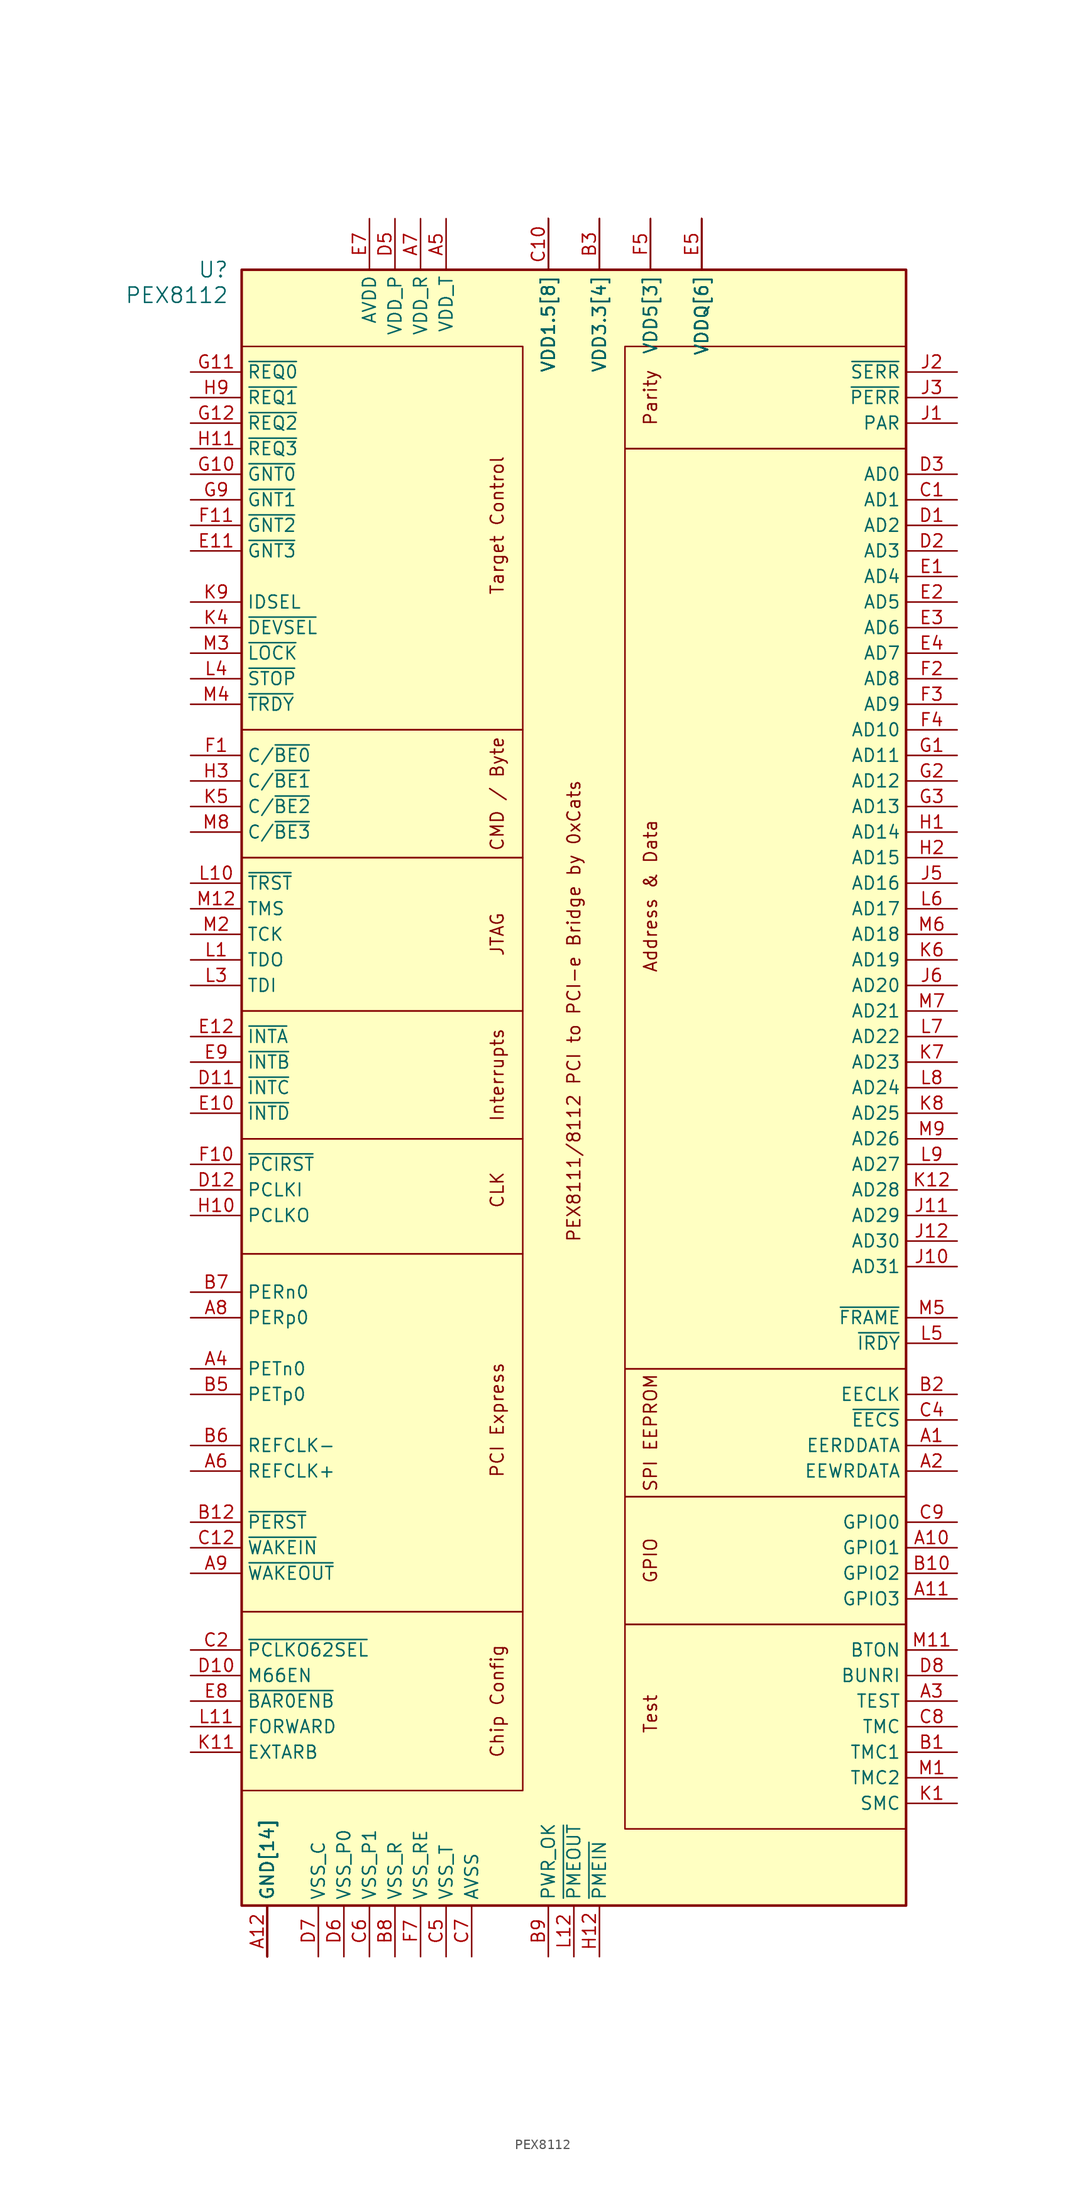
<source format=kicad_sym>
(kicad_symbol_lib
  (version 20211014)
  (generator kicad_symbol_editor)
  (symbol "PEX8112"
    (property "Reference" "U"
      (at -34.29 81.28 0)
      (effects (font (size 1.524 1.524)) (justify right)))
    (property "Value" "PEX8112"
      (at -34.29 78.74 0)
      (effects (font (size 1.524 1.524)) (justify right)))
    (symbol "PEX8112_0_0"
      (text "Address & Data" (at 7.62 19.05 900) (effects (font (size 1.27 1.27))))
      (text "Chip Config" (at -7.62 -60.96 900) (effects (font (size 1.27 1.27))))
      (text "CLK" (at -7.62 -10.16 900) (effects (font (size 1.27 1.27))))
      (text "CMD / Byte" (at -7.62 29.21 900) (effects (font (size 1.27 1.27))))
      (text "GPIO" (at 7.62 -46.99 900) (effects (font (size 1.27 1.27))))
      (text "Interrupts" (at -7.62 1.27 900) (effects (font (size 1.27 1.27))))
      (text "JTAG" (at -7.62 15.24 900) (effects (font (size 1.27 1.27))))
      (text "Parity" (at 7.62 68.58 900) (effects (font (size 1.27 1.27))))
      (text "PCI Express" (at -7.62 -33.02 900) (effects (font (size 1.27 1.27))))
      (text "PEX8111/8112 PCI to PCI-e Bridge by 0xCats" (at 0 7.62 900) (effects (font (size 1.27 1.27))))
      (text "SPI EEPROM" (at 7.62 -34.29 900) (effects (font (size 1.27 1.27))))
      (text "Target Control" (at -7.62 55.88 900) (effects (font (size 1.27 1.27))))
      (text "Test" (at 7.62 -62.23 900) (effects (font (size 1.27 1.27)))))
    (symbol "PEX8112_0_1"
      (rectangle (start -33.02 -52.07) (end -5.08 -69.85) (stroke (width 0.152) (type default) (color 0 0 0 0)) (fill (type none)))
      (rectangle (start -33.02 -16.51) (end -5.08 -52.07) (stroke (width 0.152) (type default) (color 0 0 0 0)) (fill (type none)))
      (rectangle (start -33.02 -5.08) (end -5.08 -16.51) (stroke (width 0.152) (type default) (color 0 0 0 0)) (fill (type none)))
      (rectangle (start -33.02 7.62) (end -5.08 -5.08) (stroke (width 0.152) (type default) (color 0 0 0 0)) (fill (type none)))
      (rectangle (start -33.02 22.86) (end -5.08 7.62) (stroke (width 0.152) (type default) (color 0 0 0 0)) (fill (type none)))
      (rectangle (start -33.02 35.56) (end -5.08 22.86) (stroke (width 0.152) (type default) (color 0 0 0 0)) (fill (type none)))
      (rectangle (start -33.02 73.66) (end -5.08 35.56) (stroke (width 0.152) (type default) (color 0 0 0 0)) (fill (type none)))
      (rectangle (start 5.08 -53.34) (end 33.02 -73.66) (stroke (width 0.152) (type default) (color 0 0 0 0)) (fill (type none)))
      (rectangle (start 5.08 -40.64) (end 33.02 -53.34) (stroke (width 0.152) (type default) (color 0 0 0 0)) (fill (type none)))
      (rectangle (start 5.08 -27.94) (end 33.02 -40.64) (stroke (width 0.152) (type default) (color 0 0 0 0)) (fill (type none)))
      (rectangle (start 5.08 63.5) (end 33.02 -27.94) (stroke (width 0.152) (type default) (color 0 0 0 0)) (fill (type none)))
      (rectangle (start 5.08 73.66) (end 33.02 63.5) (stroke (width 0.152) (type default) (color 0 0 0 0)) (fill (type none))))
    (symbol "PEX8112_1_1"
      (rectangle (start -33.02 81.28) (end 33.02 -81.28) (stroke (width 0.254) (type default) (color 0 0 0 0)) (fill (type background)))
      (pin input line (at 38.1 -35.56 180) (length 5.08) (name "EERDDATA" (effects (font (size 1.27 1.27)))) (number "A1" (effects (font (size 1.27 1.27)))))
      (pin tri_state line (at 38.1 -45.72 180) (length 5.08) (name "GPIO1" (effects (font (size 1.27 1.27)))) (number "A10" (effects (font (size 1.27 1.27)))))
      (pin tri_state line (at 38.1 -50.8 180) (length 5.08) (name "GPIO3" (effects (font (size 1.27 1.27)))) (number "A11" (effects (font (size 1.27 1.27)))))
      (pin power_in line (at -30.48 -86.36 90) (length 5.08) (name "GND[14]" (effects (font (size 1.27 1.27)))) (number "A12" (effects (font (size 1.27 1.27)))))
      (pin output line (at 38.1 -38.1 180) (length 5.08) (name "EEWRDATA" (effects (font (size 1.27 1.27)))) (number "A2" (effects (font (size 1.27 1.27)))))
      (pin input line (at 38.1 -60.96 180) (length 5.08) (name "TEST" (effects (font (size 1.27 1.27)))) (number "A3" (effects (font (size 1.27 1.27)))))
      (pin output line (at -38.1 -27.94 0) (length 5.08) (name "PETn0" (effects (font (size 1.27 1.27)))) (number "A4" (effects (font (size 1.27 1.27)))))
      (pin power_in line (at -12.7 86.36 270) (length 5.08) (name "VDD_T" (effects (font (size 1.27 1.27)))) (number "A5" (effects (font (size 1.27 1.27)))))
      (pin input line (at -38.1 -38.1 0) (length 5.08) (name "REFCLK+" (effects (font (size 1.27 1.27)))) (number "A6" (effects (font (size 1.27 1.27)))))
      (pin power_in line (at -15.24 86.36 270) (length 5.08) (name "VDD_R" (effects (font (size 1.27 1.27)))) (number "A7" (effects (font (size 1.27 1.27)))))
      (pin input line (at -38.1 -22.86 0) (length 5.08) (name "PERp0" (effects (font (size 1.27 1.27)))) (number "A8" (effects (font (size 1.27 1.27)))))
      (pin open_collector line (at -38.1 -48.26 0) (length 5.08) (name "~{WAKEOUT}" (effects (font (size 1.27 1.27)))) (number "A9" (effects (font (size 1.27 1.27)))))
      (pin input line (at 38.1 -66.04 180) (length 5.08) (name "TMC1" (effects (font (size 1.27 1.27)))) (number "B1" (effects (font (size 1.27 1.27)))))
      (pin tri_state line (at 38.1 -48.26 180) (length 5.08) (name "GPIO2" (effects (font (size 1.27 1.27)))) (number "B10" (effects (font (size 1.27 1.27)))))
      (pin power_in line (at 2.54 86.36 270) (length 5.08) (name "VDD3.3[4]" (effects (font (size 1.27 1.27)))) (number "B11" (effects (font (size 0 0)))))
      (pin bidirectional line (at -38.1 -43.18 0) (length 5.08) (name "~{PERST}" (effects (font (size 1.27 1.27)))) (number "B12" (effects (font (size 1.27 1.27)))))
      (pin output line (at 38.1 -30.48 180) (length 5.08) (name "EECLK" (effects (font (size 1.27 1.27)))) (number "B2" (effects (font (size 1.27 1.27)))))
      (pin power_in line (at 2.54 86.36 270) (length 5.08) (name "VDD3.3[4]" (effects (font (size 1.27 1.27)))) (number "B3" (effects (font (size 1.27 1.27)))))
      (pin power_in line (at -30.48 -86.36 90) (length 5.08) (name "GND[14]" (effects (font (size 1.27 1.27)))) (number "B4" (effects (font (size 0 0)))))
      (pin output line (at -38.1 -30.48 0) (length 5.08) (name "PETp0" (effects (font (size 1.27 1.27)))) (number "B5" (effects (font (size 1.27 1.27)))))
      (pin input line (at -38.1 -35.56 0) (length 5.08) (name "REFCLK-" (effects (font (size 1.27 1.27)))) (number "B6" (effects (font (size 1.27 1.27)))))
      (pin input line (at -38.1 -20.32 0) (length 5.08) (name "PERn0" (effects (font (size 1.27 1.27)))) (number "B7" (effects (font (size 1.27 1.27)))))
      (pin power_in line (at -17.78 -86.36 90) (length 5.08) (name "VSS_R" (effects (font (size 1.27 1.27)))) (number "B8" (effects (font (size 1.27 1.27)))))
      (pin output line (at -2.54 -86.36 90) (length 5.08) (name "PWR_OK" (effects (font (size 1.27 1.27)))) (number "B9" (effects (font (size 1.27 1.27)))))
      (pin tri_state line (at 38.1 58.42 180) (length 5.08) (name "AD1" (effects (font (size 1.27 1.27)))) (number "C1" (effects (font (size 1.27 1.27)))))
      (pin power_in line (at -2.54 86.36 270) (length 5.08) (name "VDD1.5[8]" (effects (font (size 1.27 1.27)))) (number "C10" (effects (font (size 1.27 1.27)))))
      (pin power_in line (at -30.48 -86.36 90) (length 5.08) (name "GND[14]" (effects (font (size 1.27 1.27)))) (number "C11" (effects (font (size 0 0)))))
      (pin input line (at -38.1 -45.72 0) (length 5.08) (name "~{WAKEIN}" (effects (font (size 1.27 1.27)))) (number "C12" (effects (font (size 1.27 1.27)))))
      (pin input line (at -38.1 -55.88 0) (length 5.08) (name "~{PCLKO62SEL}" (effects (font (size 1.27 1.27)))) (number "C2" (effects (font (size 1.27 1.27)))))
      (pin power_in line (at -30.48 -86.36 90) (length 5.08) (name "GND[14]" (effects (font (size 1.27 1.27)))) (number "C3" (effects (font (size 0 0)))))
      (pin output line (at 38.1 -33.02 180) (length 5.08) (name "~{EECS}" (effects (font (size 1.27 1.27)))) (number "C4" (effects (font (size 1.27 1.27)))))
      (pin power_in line (at -12.7 -86.36 90) (length 5.08) (name "VSS_T" (effects (font (size 1.27 1.27)))) (number "C5" (effects (font (size 1.27 1.27)))))
      (pin power_in line (at -20.32 -86.36 90) (length 5.08) (name "VSS_P1" (effects (font (size 1.27 1.27)))) (number "C6" (effects (font (size 1.27 1.27)))))
      (pin power_in line (at -10.16 -86.36 90) (length 5.08) (name "AVSS" (effects (font (size 1.27 1.27)))) (number "C7" (effects (font (size 1.27 1.27)))))
      (pin input line (at 38.1 -63.5 180) (length 5.08) (name "TMC" (effects (font (size 1.27 1.27)))) (number "C8" (effects (font (size 1.27 1.27)))))
      (pin tri_state line (at 38.1 -43.18 180) (length 5.08) (name "GPIO0" (effects (font (size 1.27 1.27)))) (number "C9" (effects (font (size 1.27 1.27)))))
      (pin tri_state line (at 38.1 55.88 180) (length 5.08) (name "AD2" (effects (font (size 1.27 1.27)))) (number "D1" (effects (font (size 1.27 1.27)))))
      (pin input line (at -38.1 -58.42 0) (length 5.08) (name "M66EN" (effects (font (size 1.27 1.27)))) (number "D10" (effects (font (size 1.27 1.27)))))
      (pin open_collector line (at -38.1 0 0) (length 5.08) (name "~{INTC}" (effects (font (size 1.27 1.27)))) (number "D11" (effects (font (size 1.27 1.27)))))
      (pin input line (at -38.1 -10.16 0) (length 5.08) (name "PCLKI" (effects (font (size 1.27 1.27)))) (number "D12" (effects (font (size 1.27 1.27)))))
      (pin tri_state line (at 38.1 53.34 180) (length 5.08) (name "AD3" (effects (font (size 1.27 1.27)))) (number "D2" (effects (font (size 1.27 1.27)))))
      (pin tri_state line (at 38.1 60.96 180) (length 5.08) (name "AD0" (effects (font (size 1.27 1.27)))) (number "D3" (effects (font (size 1.27 1.27)))))
      (pin power_in line (at -2.54 86.36 270) (length 5.08) (name "VDD1.5[8]" (effects (font (size 1.27 1.27)))) (number "D4" (effects (font (size 0 0)))))
      (pin power_in line (at -17.78 86.36 270) (length 5.08) (name "VDD_P" (effects (font (size 1.27 1.27)))) (number "D5" (effects (font (size 1.27 1.27)))))
      (pin power_in line (at -22.86 -86.36 90) (length 5.08) (name "VSS_P0" (effects (font (size 1.27 1.27)))) (number "D6" (effects (font (size 1.27 1.27)))))
      (pin power_in line (at -25.4 -86.36 90) (length 5.08) (name "VSS_C" (effects (font (size 1.27 1.27)))) (number "D7" (effects (font (size 1.27 1.27)))))
      (pin input line (at 38.1 -58.42 180) (length 5.08) (name "BUNRI" (effects (font (size 1.27 1.27)))) (number "D8" (effects (font (size 1.27 1.27)))))
      (pin power_in line (at -30.48 -86.36 90) (length 5.08) (name "GND[14]" (effects (font (size 1.27 1.27)))) (number "D9" (effects (font (size 0 0)))))
      (pin tri_state line (at 38.1 50.8 180) (length 5.08) (name "AD4" (effects (font (size 1.27 1.27)))) (number "E1" (effects (font (size 1.27 1.27)))))
      (pin open_collector line (at -38.1 -2.54 0) (length 5.08) (name "~{INTD}" (effects (font (size 1.27 1.27)))) (number "E10" (effects (font (size 1.27 1.27)))))
      (pin tri_state line (at -38.1 53.34 0) (length 5.08) (name "~{GNT3}" (effects (font (size 1.27 1.27)))) (number "E11" (effects (font (size 1.27 1.27)))))
      (pin open_collector line (at -38.1 5.08 0) (length 5.08) (name "~{INTA}" (effects (font (size 1.27 1.27)))) (number "E12" (effects (font (size 1.27 1.27)))))
      (pin tri_state line (at 38.1 48.26 180) (length 5.08) (name "AD5" (effects (font (size 1.27 1.27)))) (number "E2" (effects (font (size 1.27 1.27)))))
      (pin tri_state line (at 38.1 45.72 180) (length 5.08) (name "AD6" (effects (font (size 1.27 1.27)))) (number "E3" (effects (font (size 1.27 1.27)))))
      (pin tri_state line (at 38.1 43.18 180) (length 5.08) (name "AD7" (effects (font (size 1.27 1.27)))) (number "E4" (effects (font (size 1.27 1.27)))))
      (pin power_in line (at 12.7 86.36 270) (length 5.08) (name "VDDQ[6]" (effects (font (size 1.27 1.27)))) (number "E5" (effects (font (size 1.27 1.27)))))
      (pin power_in line (at -30.48 -86.36 90) (length 5.08) (name "GND[14]" (effects (font (size 1.27 1.27)))) (number "E6" (effects (font (size 0 0)))))
      (pin power_in line (at -20.32 86.36 270) (length 5.08) (name "AVDD" (effects (font (size 1.27 1.27)))) (number "E7" (effects (font (size 1.27 1.27)))))
      (pin input line (at -38.1 -60.96 0) (length 5.08) (name "~{BAR0ENB}" (effects (font (size 1.27 1.27)))) (number "E8" (effects (font (size 1.27 1.27)))))
      (pin open_collector line (at -38.1 2.54 0) (length 5.08) (name "~{INTB}" (effects (font (size 1.27 1.27)))) (number "E9" (effects (font (size 1.27 1.27)))))
      (pin tri_state line (at -38.1 33.02 0) (length 5.08) (name "C/~{BE0}" (effects (font (size 1.27 1.27)))) (number "F1" (effects (font (size 1.27 1.27)))))
      (pin bidirectional line (at -38.1 -7.62 0) (length 5.08) (name "~{PCIRST}" (effects (font (size 1.27 1.27)))) (number "F10" (effects (font (size 1.27 1.27)))))
      (pin tri_state line (at -38.1 55.88 0) (length 5.08) (name "~{GNT2}" (effects (font (size 1.27 1.27)))) (number "F11" (effects (font (size 1.27 1.27)))))
      (pin power_in line (at -30.48 -86.36 90) (length 5.08) (name "GND[14]" (effects (font (size 1.27 1.27)))) (number "F12" (effects (font (size 0 0)))))
      (pin tri_state line (at 38.1 40.64 180) (length 5.08) (name "AD8" (effects (font (size 1.27 1.27)))) (number "F2" (effects (font (size 1.27 1.27)))))
      (pin tri_state line (at 38.1 38.1 180) (length 5.08) (name "AD9" (effects (font (size 1.27 1.27)))) (number "F3" (effects (font (size 1.27 1.27)))))
      (pin tri_state line (at 38.1 35.56 180) (length 5.08) (name "AD10" (effects (font (size 1.27 1.27)))) (number "F4" (effects (font (size 1.27 1.27)))))
      (pin power_in line (at 7.62 86.36 270) (length 5.08) (name "VDD5[3]" (effects (font (size 1.27 1.27)))) (number "F5" (effects (font (size 1.27 1.27)))))
      (pin power_in line (at -2.54 86.36 270) (length 5.08) (name "VDD1.5[8]" (effects (font (size 1.27 1.27)))) (number "F6" (effects (font (size 0 0)))))
      (pin power_in line (at -15.24 -86.36 90) (length 5.08) (name "VSS_RE" (effects (font (size 1.27 1.27)))) (number "F7" (effects (font (size 1.27 1.27)))))
      (pin power_in line (at -2.54 86.36 270) (length 5.08) (name "VDD1.5[8]" (effects (font (size 1.27 1.27)))) (number "F8" (effects (font (size 0 0)))))
      (pin power_in line (at 12.7 86.36 270) (length 5.08) (name "VDDQ[6]" (effects (font (size 1.27 1.27)))) (number "F9" (effects (font (size 0 0)))))
      (pin tri_state line (at 38.1 33.02 180) (length 5.08) (name "AD11" (effects (font (size 1.27 1.27)))) (number "G1" (effects (font (size 1.27 1.27)))))
      (pin tri_state line (at -38.1 60.96 0) (length 5.08) (name "~{GNT0}" (effects (font (size 1.27 1.27)))) (number "G10" (effects (font (size 1.27 1.27)))))
      (pin bidirectional line (at -38.1 71.12 0) (length 5.08) (name "~{REQ0}" (effects (font (size 1.27 1.27)))) (number "G11" (effects (font (size 1.27 1.27)))))
      (pin bidirectional line (at -38.1 66.04 0) (length 5.08) (name "~{REQ2}" (effects (font (size 1.27 1.27)))) (number "G12" (effects (font (size 1.27 1.27)))))
      (pin tri_state line (at 38.1 30.48 180) (length 5.08) (name "AD12" (effects (font (size 1.27 1.27)))) (number "G2" (effects (font (size 1.27 1.27)))))
      (pin tri_state line (at 38.1 27.94 180) (length 5.08) (name "AD13" (effects (font (size 1.27 1.27)))) (number "G3" (effects (font (size 1.27 1.27)))))
      (pin power_in line (at 12.7 86.36 270) (length 5.08) (name "VDDQ[6]" (effects (font (size 1.27 1.27)))) (number "G4" (effects (font (size 0 0)))))
      (pin power_in line (at -30.48 -86.36 90) (length 5.08) (name "GND[14]" (effects (font (size 1.27 1.27)))) (number "G5" (effects (font (size 0 0)))))
      (pin power_in line (at -2.54 86.36 270) (length 5.08) (name "VDD1.5[8]" (effects (font (size 1.27 1.27)))) (number "G6" (effects (font (size 0 0)))))
      (pin power_in line (at -2.54 86.36 270) (length 5.08) (name "VDD1.5[8]" (effects (font (size 1.27 1.27)))) (number "G7" (effects (font (size 0 0)))))
      (pin power_in line (at 7.62 86.36 270) (length 5.08) (name "VDD5[3]" (effects (font (size 1.27 1.27)))) (number "G8" (effects (font (size 0 0)))))
      (pin tri_state line (at -38.1 58.42 0) (length 5.08) (name "~{GNT1}" (effects (font (size 1.27 1.27)))) (number "G9" (effects (font (size 1.27 1.27)))))
      (pin tri_state line (at 38.1 25.4 180) (length 5.08) (name "AD14" (effects (font (size 1.27 1.27)))) (number "H1" (effects (font (size 1.27 1.27)))))
      (pin output line (at -38.1 -12.7 0) (length 5.08) (name "PCLKO" (effects (font (size 1.27 1.27)))) (number "H10" (effects (font (size 1.27 1.27)))))
      (pin bidirectional line (at -38.1 63.5 0) (length 5.08) (name "~{REQ3}" (effects (font (size 1.27 1.27)))) (number "H11" (effects (font (size 1.27 1.27)))))
      (pin input line (at 2.54 -86.36 90) (length 5.08) (name "~{PMEIN}" (effects (font (size 1.27 1.27)))) (number "H12" (effects (font (size 1.27 1.27)))))
      (pin tri_state line (at 38.1 22.86 180) (length 5.08) (name "AD15" (effects (font (size 1.27 1.27)))) (number "H2" (effects (font (size 1.27 1.27)))))
      (pin tri_state line (at -38.1 30.48 0) (length 5.08) (name "C/~{BE1}" (effects (font (size 1.27 1.27)))) (number "H3" (effects (font (size 1.27 1.27)))))
      (pin power_in line (at -30.48 -86.36 90) (length 5.08) (name "GND[14]" (effects (font (size 1.27 1.27)))) (number "H4" (effects (font (size 0 0)))))
      (pin power_in line (at 12.7 86.36 270) (length 5.08) (name "VDDQ[6]" (effects (font (size 1.27 1.27)))) (number "H5" (effects (font (size 0 0)))))
      (pin power_in line (at 7.62 86.36 270) (length 5.08) (name "VDD5[3]" (effects (font (size 1.27 1.27)))) (number "H6" (effects (font (size 0 0)))))
      (pin power_in line (at -30.48 -86.36 90) (length 5.08) (name "GND[14]" (effects (font (size 1.27 1.27)))) (number "H7" (effects (font (size 0 0)))))
      (pin power_in line (at 12.7 86.36 270) (length 5.08) (name "VDDQ[6]" (effects (font (size 1.27 1.27)))) (number "H8" (effects (font (size 0 0)))))
      (pin bidirectional line (at -38.1 68.58 0) (length 5.08) (name "~{REQ1}" (effects (font (size 1.27 1.27)))) (number "H9" (effects (font (size 1.27 1.27)))))
      (pin tri_state line (at 38.1 66.04 180) (length 5.08) (name "PAR" (effects (font (size 1.27 1.27)))) (number "J1" (effects (font (size 1.27 1.27)))))
      (pin tri_state line (at 38.1 -17.78 180) (length 5.08) (name "AD31" (effects (font (size 1.27 1.27)))) (number "J10" (effects (font (size 1.27 1.27)))))
      (pin tri_state line (at 38.1 -12.7 180) (length 5.08) (name "AD29" (effects (font (size 1.27 1.27)))) (number "J11" (effects (font (size 1.27 1.27)))))
      (pin tri_state line (at 38.1 -15.24 180) (length 5.08) (name "AD30" (effects (font (size 1.27 1.27)))) (number "J12" (effects (font (size 1.27 1.27)))))
      (pin bidirectional line (at 38.1 71.12 180) (length 5.08) (name "~{SERR}" (effects (font (size 1.27 1.27)))) (number "J2" (effects (font (size 1.27 1.27)))))
      (pin tri_state line (at 38.1 68.58 180) (length 5.08) (name "~{PERR}" (effects (font (size 1.27 1.27)))) (number "J3" (effects (font (size 1.27 1.27)))))
      (pin power_in line (at -30.48 -86.36 90) (length 5.08) (name "GND[14]" (effects (font (size 1.27 1.27)))) (number "J4" (effects (font (size 0 0)))))
      (pin tri_state line (at 38.1 20.32 180) (length 5.08) (name "AD16" (effects (font (size 1.27 1.27)))) (number "J5" (effects (font (size 1.27 1.27)))))
      (pin tri_state line (at 38.1 10.16 180) (length 5.08) (name "AD20" (effects (font (size 1.27 1.27)))) (number "J6" (effects (font (size 1.27 1.27)))))
      (pin power_in line (at 12.7 86.36 270) (length 5.08) (name "VDDQ[6]" (effects (font (size 1.27 1.27)))) (number "J7" (effects (font (size 0 0)))))
      (pin power_in line (at -30.48 -86.36 90) (length 5.08) (name "GND[14]" (effects (font (size 1.27 1.27)))) (number "J8" (effects (font (size 0 0)))))
      (pin power_in line (at -2.54 86.36 270) (length 5.08) (name "VDD1.5[8]" (effects (font (size 1.27 1.27)))) (number "J9" (effects (font (size 0 0)))))
      (pin input line (at 38.1 -71.12 180) (length 5.08) (name "SMC" (effects (font (size 1.27 1.27)))) (number "K1" (effects (font (size 1.27 1.27)))))
      (pin power_in line (at -30.48 -86.36 90) (length 5.08) (name "GND[14]" (effects (font (size 1.27 1.27)))) (number "K10" (effects (font (size 0 0)))))
      (pin input line (at -38.1 -66.04 0) (length 5.08) (name "EXTARB" (effects (font (size 1.27 1.27)))) (number "K11" (effects (font (size 1.27 1.27)))))
      (pin tri_state line (at 38.1 -10.16 180) (length 5.08) (name "AD28" (effects (font (size 1.27 1.27)))) (number "K12" (effects (font (size 1.27 1.27)))))
      (pin power_in line (at -30.48 -86.36 90) (length 5.08) (name "GND[14]" (effects (font (size 1.27 1.27)))) (number "K2" (effects (font (size 0 0)))))
      (pin power_in line (at -2.54 86.36 270) (length 5.08) (name "VDD1.5[8]" (effects (font (size 1.27 1.27)))) (number "K3" (effects (font (size 0 0)))))
      (pin tri_state line (at -38.1 45.72 0) (length 5.08) (name "~{DEVSEL}" (effects (font (size 1.27 1.27)))) (number "K4" (effects (font (size 1.27 1.27)))))
      (pin tri_state line (at -38.1 27.94 0) (length 5.08) (name "C/~{BE2}" (effects (font (size 1.27 1.27)))) (number "K5" (effects (font (size 1.27 1.27)))))
      (pin tri_state line (at 38.1 12.7 180) (length 5.08) (name "AD19" (effects (font (size 1.27 1.27)))) (number "K6" (effects (font (size 1.27 1.27)))))
      (pin tri_state line (at 38.1 2.54 180) (length 5.08) (name "AD23" (effects (font (size 1.27 1.27)))) (number "K7" (effects (font (size 1.27 1.27)))))
      (pin tri_state line (at 38.1 -2.54 180) (length 5.08) (name "AD25" (effects (font (size 1.27 1.27)))) (number "K8" (effects (font (size 1.27 1.27)))))
      (pin input line (at -38.1 48.26 0) (length 5.08) (name "IDSEL" (effects (font (size 1.27 1.27)))) (number "K9" (effects (font (size 1.27 1.27)))))
      (pin bidirectional line (at -38.1 12.7 0) (length 5.08) (name "TDO" (effects (font (size 1.27 1.27)))) (number "L1" (effects (font (size 1.27 1.27)))))
      (pin bidirectional line (at -38.1 20.32 0) (length 5.08) (name "~{TRST}" (effects (font (size 1.27 1.27)))) (number "L10" (effects (font (size 1.27 1.27)))))
      (pin input line (at -38.1 -63.5 0) (length 5.08) (name "FORWARD" (effects (font (size 1.27 1.27)))) (number "L11" (effects (font (size 1.27 1.27)))))
      (pin open_collector line (at 0 -86.36 90) (length 5.08) (name "~{PMEOUT}" (effects (font (size 1.27 1.27)))) (number "L12" (effects (font (size 1.27 1.27)))))
      (pin power_in line (at 2.54 86.36 270) (length 5.08) (name "VDD3.3[4]" (effects (font (size 1.27 1.27)))) (number "L2" (effects (font (size 0 0)))))
      (pin bidirectional line (at -38.1 10.16 0) (length 5.08) (name "TDI" (effects (font (size 1.27 1.27)))) (number "L3" (effects (font (size 1.27 1.27)))))
      (pin bidirectional line (at -38.1 40.64 0) (length 5.08) (name "~{STOP}" (effects (font (size 1.27 1.27)))) (number "L4" (effects (font (size 1.27 1.27)))))
      (pin tri_state line (at 38.1 -25.4 180) (length 5.08) (name "~{IRDY}" (effects (font (size 1.27 1.27)))) (number "L5" (effects (font (size 1.27 1.27)))))
      (pin tri_state line (at 38.1 17.78 180) (length 5.08) (name "AD17" (effects (font (size 1.27 1.27)))) (number "L6" (effects (font (size 1.27 1.27)))))
      (pin tri_state line (at 38.1 5.08 180) (length 5.08) (name "AD22" (effects (font (size 1.27 1.27)))) (number "L7" (effects (font (size 1.27 1.27)))))
      (pin tri_state line (at 38.1 0 180) (length 5.08) (name "AD24" (effects (font (size 1.27 1.27)))) (number "L8" (effects (font (size 1.27 1.27)))))
      (pin tri_state line (at 38.1 -7.62 180) (length 5.08) (name "AD27" (effects (font (size 1.27 1.27)))) (number "L9" (effects (font (size 1.27 1.27)))))
      (pin input line (at 38.1 -68.58 180) (length 5.08) (name "TMC2" (effects (font (size 1.27 1.27)))) (number "M1" (effects (font (size 1.27 1.27)))))
      (pin power_in line (at 2.54 86.36 270) (length 5.08) (name "VDD3.3[4]" (effects (font (size 1.27 1.27)))) (number "M10" (effects (font (size 0 0)))))
      (pin input line (at 38.1 -55.88 180) (length 5.08) (name "BTON" (effects (font (size 1.27 1.27)))) (number "M11" (effects (font (size 1.27 1.27)))))
      (pin bidirectional line (at -38.1 17.78 0) (length 5.08) (name "TMS" (effects (font (size 1.27 1.27)))) (number "M12" (effects (font (size 1.27 1.27)))))
      (pin bidirectional line (at -38.1 15.24 0) (length 5.08) (name "TCK" (effects (font (size 1.27 1.27)))) (number "M2" (effects (font (size 1.27 1.27)))))
      (pin tri_state line (at -38.1 43.18 0) (length 5.08) (name "~{LOCK}" (effects (font (size 1.27 1.27)))) (number "M3" (effects (font (size 1.27 1.27)))))
      (pin bidirectional line (at -38.1 38.1 0) (length 5.08) (name "~{TRDY}" (effects (font (size 1.27 1.27)))) (number "M4" (effects (font (size 1.27 1.27)))))
      (pin tri_state line (at 38.1 -22.86 180) (length 5.08) (name "~{FRAME}" (effects (font (size 1.27 1.27)))) (number "M5" (effects (font (size 1.27 1.27)))))
      (pin tri_state line (at 38.1 15.24 180) (length 5.08) (name "AD18" (effects (font (size 1.27 1.27)))) (number "M6" (effects (font (size 1.27 1.27)))))
      (pin tri_state line (at 38.1 7.62 180) (length 5.08) (name "AD21" (effects (font (size 1.27 1.27)))) (number "M7" (effects (font (size 1.27 1.27)))))
      (pin tri_state line (at -38.1 25.4 0) (length 5.08) (name "C/~{BE3}" (effects (font (size 1.27 1.27)))) (number "M8" (effects (font (size 1.27 1.27)))))
      (pin tri_state line (at 38.1 -5.08 180) (length 5.08) (name "AD26" (effects (font (size 1.27 1.27)))) (number "M9" (effects (font (size 1.27 1.27))))))))
</source>
